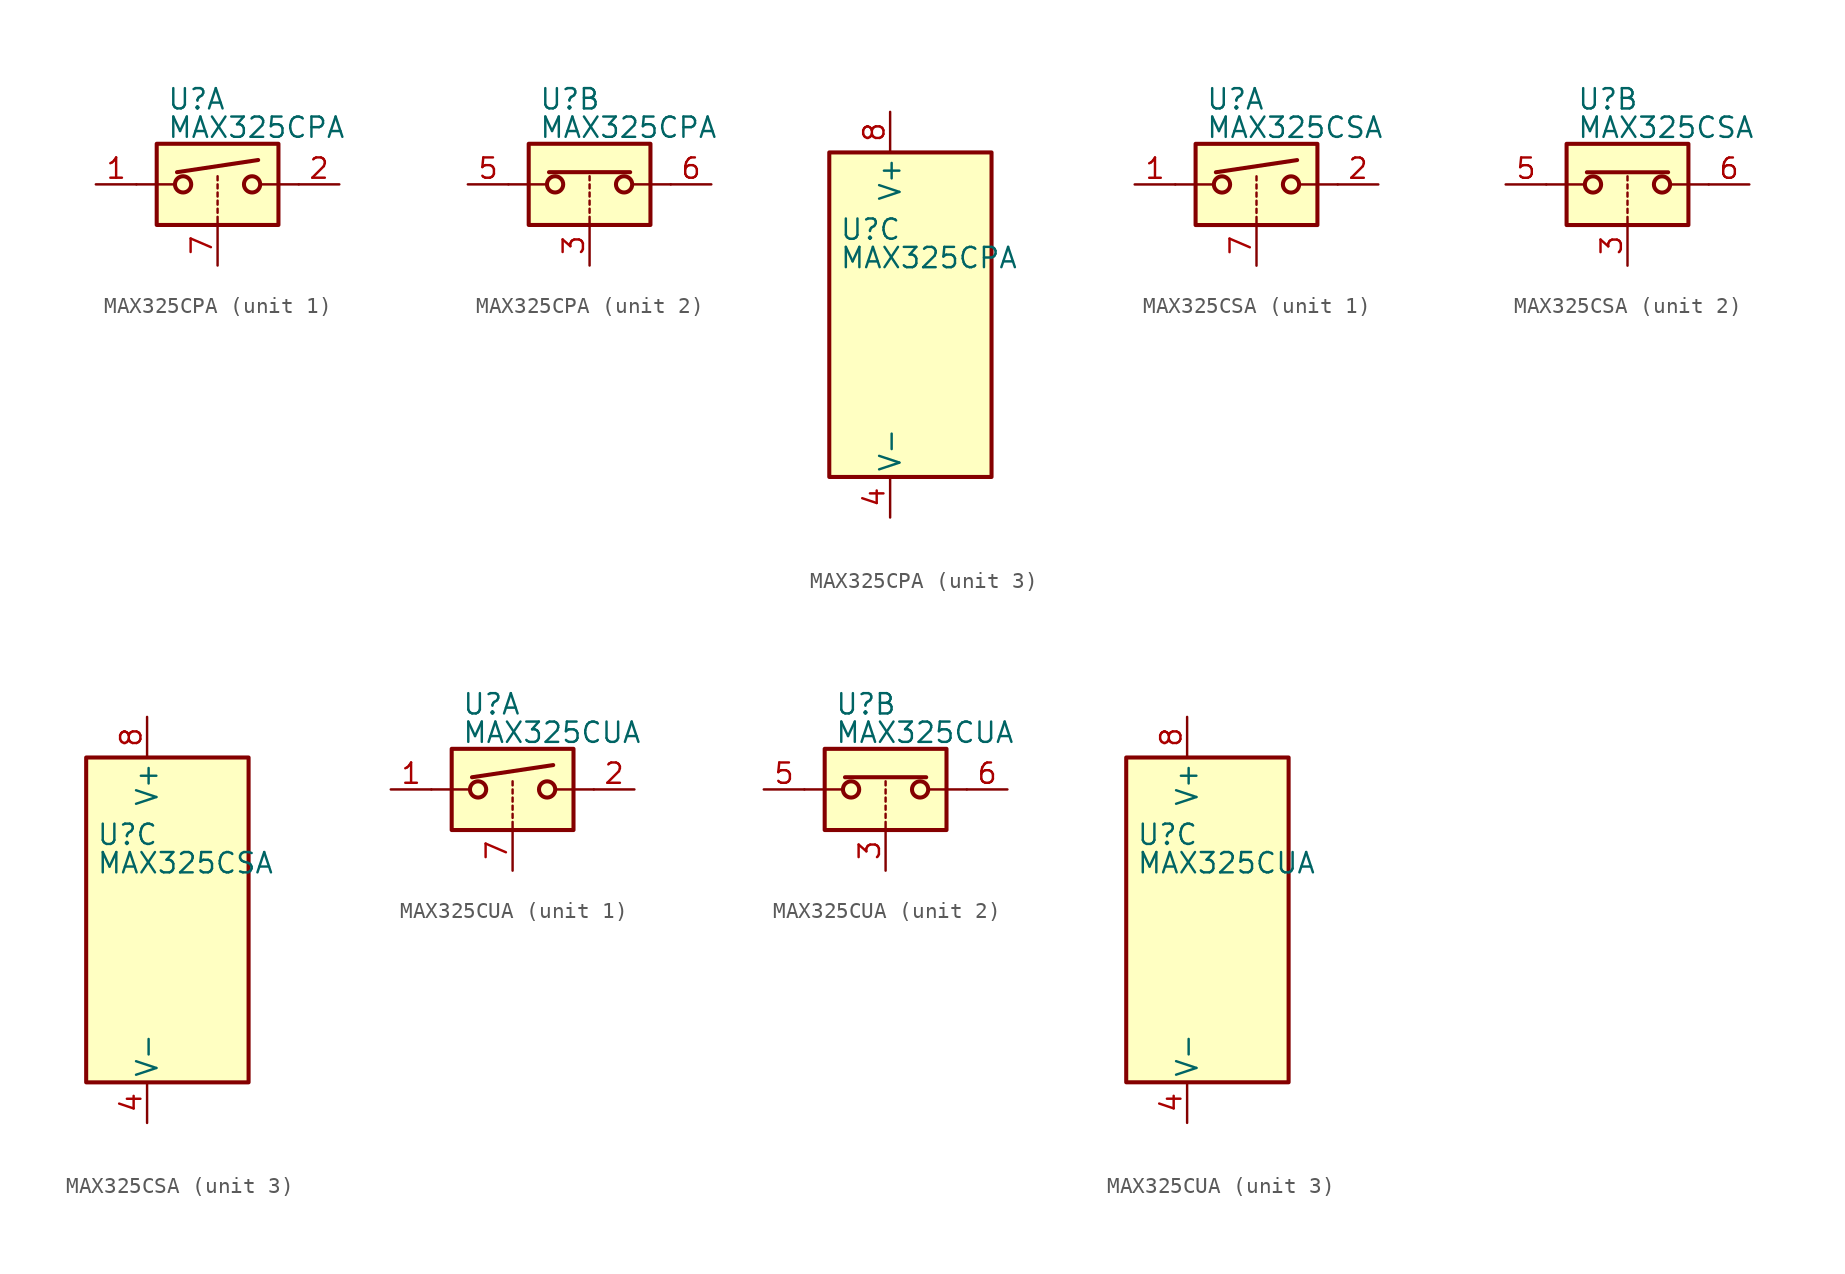
<source format=kicad_sym>
(kicad_symbol_lib
  (version 20200908)
  (generator kicad_symbol_editor)
  (symbol "Analog_Switch:MAX325CPA"
    (pin_names
      (offset 0.254))
    (property "Reference" "U"
      (at -3.175 5.334 0)
      (effects (font (size 1.27 1.27)) (justify left)))
    (property "Value" "MAX325CPA"
      (at -3.175 3.556 0)
      (effects (font (size 1.27 1.27)) (justify left)))
    (symbol "MAX325CPA_1_1"
      (circle (center -2.159 0) (radius 0.508) (stroke (width 0.254)) (fill (type none)))
      (circle (center 2.159 0) (radius 0.508) (stroke (width 0.254)) (fill (type none)))
      (rectangle (start -3.81 2.54) (end 3.81 -2.54) (stroke (width 0.254)) (fill (type background)))
      (polyline (pts (xy -5.08 0) (xy -2.794 0)) (stroke (width 0)) (fill (type none)))
      (polyline (pts (xy -2.54 0.762) (xy 2.54 1.524)) (stroke (width 0.254)) (fill (type none)))
      (polyline (pts (xy 0 -2.54) (xy 0 -2.032)) (stroke (width 0)) (fill (type none)))
      (polyline (pts (xy 0 -1.778) (xy 0 -1.524)) (stroke (width 0)) (fill (type none)))
      (polyline (pts (xy 0 -1.27) (xy 0 -1.016)) (stroke (width 0)) (fill (type none)))
      (polyline (pts (xy 0 -0.762) (xy 0 -0.508)) (stroke (width 0)) (fill (type none)))
      (polyline (pts (xy 0 -0.254) (xy 0 0)) (stroke (width 0)) (fill (type none)))
      (polyline (pts (xy 0 0.254) (xy 0 0.508)) (stroke (width 0)) (fill (type none)))
      (polyline (pts (xy 5.08 0) (xy 2.794 0)) (stroke (width 0)) (fill (type none)))
      (pin passive line (at -7.62 0 0) (length 2.54) (name "~" (effects (font (size 1.27 1.27)))) (number "1" (effects (font (size 1.27 1.27)))))
      (pin passive line (at 7.62 0 180) (length 2.54) (name "~" (effects (font (size 1.27 1.27)))) (number "2" (effects (font (size 1.27 1.27)))))
      (pin input line (at 0 -5.08 90) (length 2.54) (name "~" (effects (font (size 1.27 1.27)))) (number "7" (effects (font (size 1.27 1.27))))))
    (symbol "MAX325CPA_2_1"
      (circle (center -2.159 0) (radius 0.508) (stroke (width 0.254)) (fill (type none)))
      (circle (center 2.159 0) (radius 0.508) (stroke (width 0.254)) (fill (type none)))
      (rectangle (start -3.81 2.54) (end 3.81 -2.54) (stroke (width 0.254)) (fill (type background)))
      (polyline (pts (xy -5.08 0) (xy -2.794 0)) (stroke (width 0)) (fill (type none)))
      (polyline (pts (xy -2.54 0.762) (xy 2.54 0.762)) (stroke (width 0.254)) (fill (type none)))
      (polyline (pts (xy 0 -2.54) (xy 0 -2.032)) (stroke (width 0)) (fill (type none)))
      (polyline (pts (xy 0 -1.778) (xy 0 -1.524)) (stroke (width 0)) (fill (type none)))
      (polyline (pts (xy 0 -1.27) (xy 0 -1.016)) (stroke (width 0)) (fill (type none)))
      (polyline (pts (xy 0 -0.762) (xy 0 -0.508)) (stroke (width 0)) (fill (type none)))
      (polyline (pts (xy 0 -0.254) (xy 0 0)) (stroke (width 0)) (fill (type none)))
      (polyline (pts (xy 0 0.254) (xy 0 0.508)) (stroke (width 0)) (fill (type none)))
      (polyline (pts (xy 5.08 0) (xy 2.794 0)) (stroke (width 0)) (fill (type none)))
      (pin input line (at 0 -5.08 90) (length 2.54) (name "~" (effects (font (size 1.27 1.27)))) (number "3" (effects (font (size 1.27 1.27)))))
      (pin passive line (at -7.62 0 0) (length 2.54) (name "~" (effects (font (size 1.27 1.27)))) (number "5" (effects (font (size 1.27 1.27)))))
      (pin passive line (at 7.62 0 180) (length 2.54) (name "~" (effects (font (size 1.27 1.27)))) (number "6" (effects (font (size 1.27 1.27))))))
    (symbol "MAX325CPA_3_1"
      (rectangle (start -3.81 10.16) (end 6.35 -10.16) (stroke (width 0.254)) (fill (type background))))
    (symbol "MAX325CPA_3_0"
      (pin power_in line (at 0 -12.7 90) (length 2.54) (name "V-" (effects (font (size 1.27 1.27)))) (number "4" (effects (font (size 1.27 1.27)))))
      (pin power_in line (at 0 12.7 270) (length 2.54) (name "V+" (effects (font (size 1.27 1.27)))) (number "8" (effects (font (size 1.27 1.27)))))))
  (symbol "Analog_Switch:MAX325CSA"
    (pin_names
      (offset 0.254))
    (property "Reference" "U"
      (at -3.175 5.334 0)
      (effects (font (size 1.27 1.27)) (justify left)))
    (property "Value" "MAX325CSA"
      (at -3.175 3.556 0)
      (effects (font (size 1.27 1.27)) (justify left)))
    (symbol "MAX325CSA_1_1"
      (circle (center -2.159 0) (radius 0.508) (stroke (width 0.254)) (fill (type none)))
      (circle (center 2.159 0) (radius 0.508) (stroke (width 0.254)) (fill (type none)))
      (rectangle (start -3.81 2.54) (end 3.81 -2.54) (stroke (width 0.254)) (fill (type background)))
      (polyline (pts (xy -5.08 0) (xy -2.794 0)) (stroke (width 0)) (fill (type none)))
      (polyline (pts (xy -2.54 0.762) (xy 2.54 1.524)) (stroke (width 0.254)) (fill (type none)))
      (polyline (pts (xy 0 -2.54) (xy 0 -2.032)) (stroke (width 0)) (fill (type none)))
      (polyline (pts (xy 0 -1.778) (xy 0 -1.524)) (stroke (width 0)) (fill (type none)))
      (polyline (pts (xy 0 -1.27) (xy 0 -1.016)) (stroke (width 0)) (fill (type none)))
      (polyline (pts (xy 0 -0.762) (xy 0 -0.508)) (stroke (width 0)) (fill (type none)))
      (polyline (pts (xy 0 -0.254) (xy 0 0)) (stroke (width 0)) (fill (type none)))
      (polyline (pts (xy 0 0.254) (xy 0 0.508)) (stroke (width 0)) (fill (type none)))
      (polyline (pts (xy 5.08 0) (xy 2.794 0)) (stroke (width 0)) (fill (type none)))
      (pin passive line (at -7.62 0 0) (length 2.54) (name "~" (effects (font (size 1.27 1.27)))) (number "1" (effects (font (size 1.27 1.27)))))
      (pin passive line (at 7.62 0 180) (length 2.54) (name "~" (effects (font (size 1.27 1.27)))) (number "2" (effects (font (size 1.27 1.27)))))
      (pin input line (at 0 -5.08 90) (length 2.54) (name "~" (effects (font (size 1.27 1.27)))) (number "7" (effects (font (size 1.27 1.27))))))
    (symbol "MAX325CSA_2_1"
      (circle (center -2.159 0) (radius 0.508) (stroke (width 0.254)) (fill (type none)))
      (circle (center 2.159 0) (radius 0.508) (stroke (width 0.254)) (fill (type none)))
      (rectangle (start -3.81 2.54) (end 3.81 -2.54) (stroke (width 0.254)) (fill (type background)))
      (polyline (pts (xy -5.08 0) (xy -2.794 0)) (stroke (width 0)) (fill (type none)))
      (polyline (pts (xy -2.54 0.762) (xy 2.54 0.762)) (stroke (width 0.254)) (fill (type none)))
      (polyline (pts (xy 0 -2.54) (xy 0 -2.032)) (stroke (width 0)) (fill (type none)))
      (polyline (pts (xy 0 -1.778) (xy 0 -1.524)) (stroke (width 0)) (fill (type none)))
      (polyline (pts (xy 0 -1.27) (xy 0 -1.016)) (stroke (width 0)) (fill (type none)))
      (polyline (pts (xy 0 -0.762) (xy 0 -0.508)) (stroke (width 0)) (fill (type none)))
      (polyline (pts (xy 0 -0.254) (xy 0 0)) (stroke (width 0)) (fill (type none)))
      (polyline (pts (xy 0 0.254) (xy 0 0.508)) (stroke (width 0)) (fill (type none)))
      (polyline (pts (xy 5.08 0) (xy 2.794 0)) (stroke (width 0)) (fill (type none)))
      (pin input line (at 0 -5.08 90) (length 2.54) (name "~" (effects (font (size 1.27 1.27)))) (number "3" (effects (font (size 1.27 1.27)))))
      (pin passive line (at -7.62 0 0) (length 2.54) (name "~" (effects (font (size 1.27 1.27)))) (number "5" (effects (font (size 1.27 1.27)))))
      (pin passive line (at 7.62 0 180) (length 2.54) (name "~" (effects (font (size 1.27 1.27)))) (number "6" (effects (font (size 1.27 1.27))))))
    (symbol "MAX325CSA_3_1"
      (rectangle (start -3.81 10.16) (end 6.35 -10.16) (stroke (width 0.254)) (fill (type background))))
    (symbol "MAX325CSA_3_0"
      (pin power_in line (at 0 -12.7 90) (length 2.54) (name "V-" (effects (font (size 1.27 1.27)))) (number "4" (effects (font (size 1.27 1.27)))))
      (pin power_in line (at 0 12.7 270) (length 2.54) (name "V+" (effects (font (size 1.27 1.27)))) (number "8" (effects (font (size 1.27 1.27)))))))
  (symbol "Analog_Switch:MAX325CUA"
    (pin_names
      (offset 0.254))
    (property "Reference" "U"
      (at -3.175 5.334 0)
      (effects (font (size 1.27 1.27)) (justify left)))
    (property "Value" "MAX325CUA"
      (at -3.175 3.556 0)
      (effects (font (size 1.27 1.27)) (justify left)))
    (symbol "MAX325CUA_1_1"
      (circle (center -2.159 0) (radius 0.508) (stroke (width 0.254)) (fill (type none)))
      (circle (center 2.159 0) (radius 0.508) (stroke (width 0.254)) (fill (type none)))
      (rectangle (start -3.81 2.54) (end 3.81 -2.54) (stroke (width 0.254)) (fill (type background)))
      (polyline (pts (xy -5.08 0) (xy -2.794 0)) (stroke (width 0)) (fill (type none)))
      (polyline (pts (xy -2.54 0.762) (xy 2.54 1.524)) (stroke (width 0.254)) (fill (type none)))
      (polyline (pts (xy 0 -2.54) (xy 0 -2.032)) (stroke (width 0)) (fill (type none)))
      (polyline (pts (xy 0 -1.778) (xy 0 -1.524)) (stroke (width 0)) (fill (type none)))
      (polyline (pts (xy 0 -1.27) (xy 0 -1.016)) (stroke (width 0)) (fill (type none)))
      (polyline (pts (xy 0 -0.762) (xy 0 -0.508)) (stroke (width 0)) (fill (type none)))
      (polyline (pts (xy 0 -0.254) (xy 0 0)) (stroke (width 0)) (fill (type none)))
      (polyline (pts (xy 0 0.254) (xy 0 0.508)) (stroke (width 0)) (fill (type none)))
      (polyline (pts (xy 5.08 0) (xy 2.794 0)) (stroke (width 0)) (fill (type none)))
      (pin passive line (at -7.62 0 0) (length 2.54) (name "~" (effects (font (size 1.27 1.27)))) (number "1" (effects (font (size 1.27 1.27)))))
      (pin passive line (at 7.62 0 180) (length 2.54) (name "~" (effects (font (size 1.27 1.27)))) (number "2" (effects (font (size 1.27 1.27)))))
      (pin input line (at 0 -5.08 90) (length 2.54) (name "~" (effects (font (size 1.27 1.27)))) (number "7" (effects (font (size 1.27 1.27))))))
    (symbol "MAX325CUA_2_1"
      (circle (center -2.159 0) (radius 0.508) (stroke (width 0.254)) (fill (type none)))
      (circle (center 2.159 0) (radius 0.508) (stroke (width 0.254)) (fill (type none)))
      (rectangle (start -3.81 2.54) (end 3.81 -2.54) (stroke (width 0.254)) (fill (type background)))
      (polyline (pts (xy -5.08 0) (xy -2.794 0)) (stroke (width 0)) (fill (type none)))
      (polyline (pts (xy -2.54 0.762) (xy 2.54 0.762)) (stroke (width 0.254)) (fill (type none)))
      (polyline (pts (xy 0 -2.54) (xy 0 -2.032)) (stroke (width 0)) (fill (type none)))
      (polyline (pts (xy 0 -1.778) (xy 0 -1.524)) (stroke (width 0)) (fill (type none)))
      (polyline (pts (xy 0 -1.27) (xy 0 -1.016)) (stroke (width 0)) (fill (type none)))
      (polyline (pts (xy 0 -0.762) (xy 0 -0.508)) (stroke (width 0)) (fill (type none)))
      (polyline (pts (xy 0 -0.254) (xy 0 0)) (stroke (width 0)) (fill (type none)))
      (polyline (pts (xy 0 0.254) (xy 0 0.508)) (stroke (width 0)) (fill (type none)))
      (polyline (pts (xy 5.08 0) (xy 2.794 0)) (stroke (width 0)) (fill (type none)))
      (pin input line (at 0 -5.08 90) (length 2.54) (name "~" (effects (font (size 1.27 1.27)))) (number "3" (effects (font (size 1.27 1.27)))))
      (pin passive line (at -7.62 0 0) (length 2.54) (name "~" (effects (font (size 1.27 1.27)))) (number "5" (effects (font (size 1.27 1.27)))))
      (pin passive line (at 7.62 0 180) (length 2.54) (name "~" (effects (font (size 1.27 1.27)))) (number "6" (effects (font (size 1.27 1.27))))))
    (symbol "MAX325CUA_3_1"
      (rectangle (start -3.81 10.16) (end 6.35 -10.16) (stroke (width 0.254)) (fill (type background))))
    (symbol "MAX325CUA_3_0"
      (pin power_in line (at 0 -12.7 90) (length 2.54) (name "V-" (effects (font (size 1.27 1.27)))) (number "4" (effects (font (size 1.27 1.27)))))
      (pin power_in line (at 0 12.7 270) (length 2.54) (name "V+" (effects (font (size 1.27 1.27)))) (number "8" (effects (font (size 1.27 1.27))))))))
</source>
